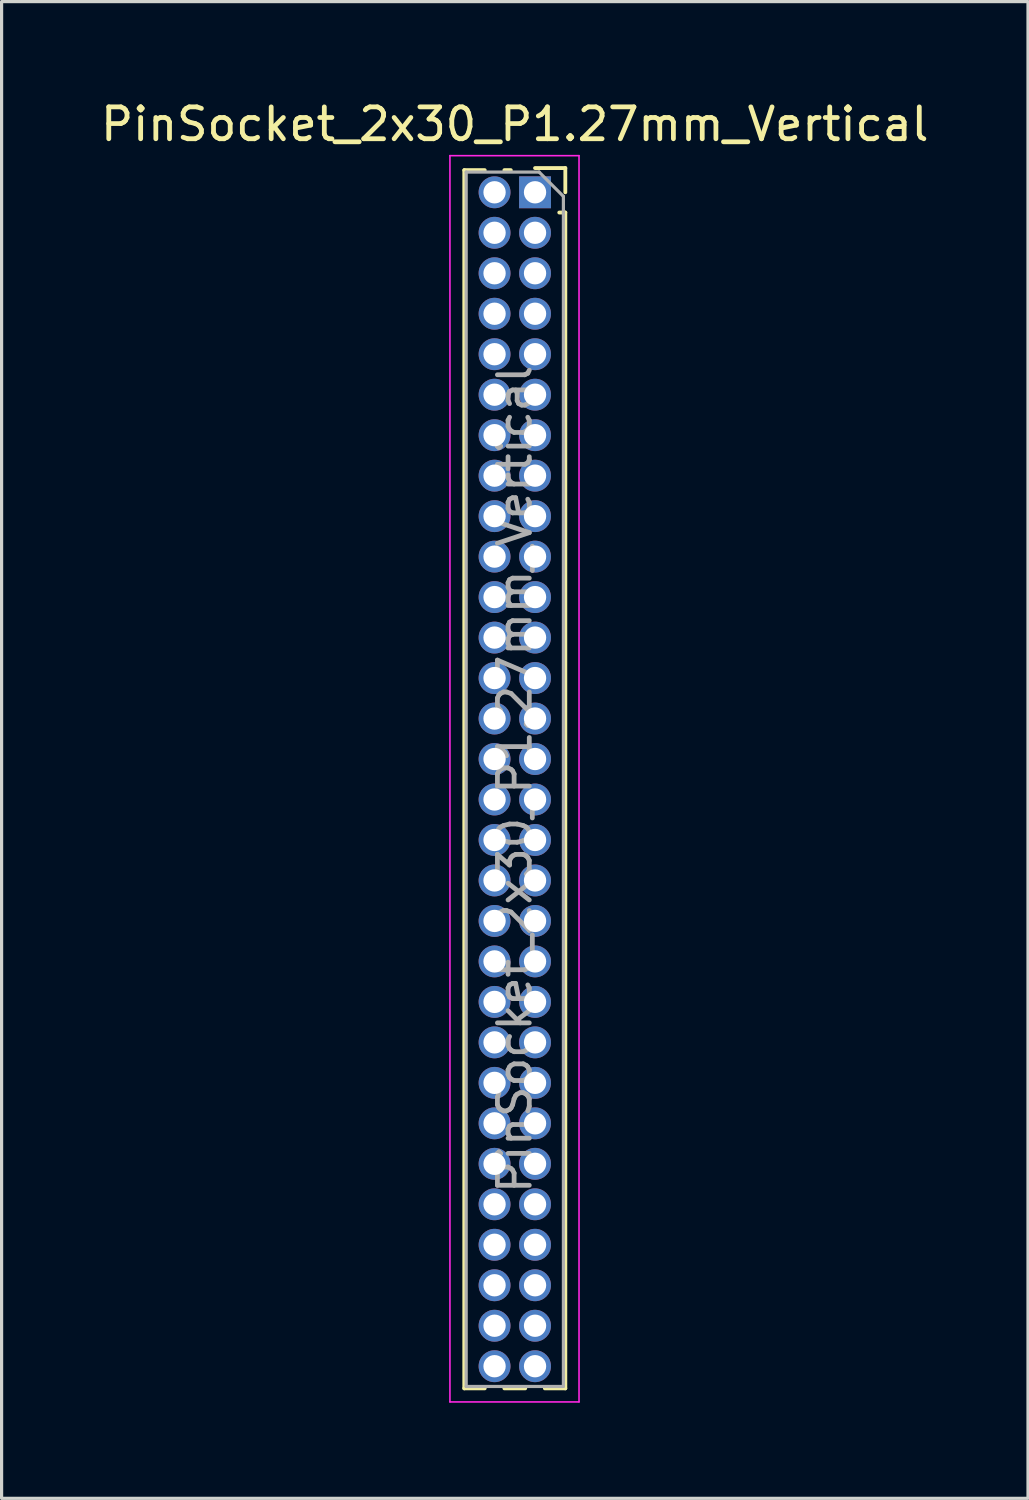
<source format=kicad_pcb>
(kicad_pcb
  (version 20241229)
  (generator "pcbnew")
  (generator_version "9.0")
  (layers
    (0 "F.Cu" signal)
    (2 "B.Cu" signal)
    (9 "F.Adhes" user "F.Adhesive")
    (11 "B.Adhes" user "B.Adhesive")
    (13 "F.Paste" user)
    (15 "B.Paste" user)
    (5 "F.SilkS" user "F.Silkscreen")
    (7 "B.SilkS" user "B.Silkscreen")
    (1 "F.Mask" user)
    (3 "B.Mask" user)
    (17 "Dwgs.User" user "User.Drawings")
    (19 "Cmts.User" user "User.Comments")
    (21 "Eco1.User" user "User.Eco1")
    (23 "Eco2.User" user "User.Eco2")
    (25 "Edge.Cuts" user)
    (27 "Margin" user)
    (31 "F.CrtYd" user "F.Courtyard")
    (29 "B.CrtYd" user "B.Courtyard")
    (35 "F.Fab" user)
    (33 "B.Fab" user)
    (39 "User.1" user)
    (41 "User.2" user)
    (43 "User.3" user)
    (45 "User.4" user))
  (footprint "PinSocket_2x30_P1.27mm_Vertical"
    (layer "F.Cu")
    (at 13.736 2.983)
    (property "Reference" "PinSocket_2x30_P1.27mm_Vertical" (at -0.635 -2.135 0) (layer "F.SilkS") (effects (font (size 1 1) (thickness 0.15))))
    (attr through_hole)
    (fp_line (start -2.22 -0.695) (end -2.22 37.525) (stroke (width 0.12) (type solid)) (layer "F.SilkS"))
    (fp_line (start -2.22 -0.695) (end -1.578 -0.695) (stroke (width 0.12) (type solid)) (layer "F.SilkS"))
    (fp_line (start -2.22 37.525) (end -1.578 37.525) (stroke (width 0.12) (type solid)) (layer "F.SilkS"))
    (fp_line (start -0.962 -0.695) (end -0.76 -0.695) (stroke (width 0.12) (type solid)) (layer "F.SilkS"))
    (fp_line (start -0.962 37.525) (end -0.308 37.525) (stroke (width 0.12) (type solid)) (layer "F.SilkS"))
    (fp_line (start 0 -0.76) (end 0.95 -0.76) (stroke (width 0.12) (type solid)) (layer "F.SilkS"))
    (fp_line (start 0.308 37.525) (end 0.95 37.525) (stroke (width 0.12) (type solid)) (layer "F.SilkS"))
    (fp_line (start 0.76 0.635) (end 0.95 0.635) (stroke (width 0.12) (type solid)) (layer "F.SilkS"))
    (fp_line (start 0.95 -0.76) (end 0.95 0) (stroke (width 0.12) (type solid)) (layer "F.SilkS"))
    (fp_line (start 0.95 0.635) (end 0.95 37.525) (stroke (width 0.12) (type solid)) (layer "F.SilkS"))
    (fp_line (start -2.67 -1.15) (end 1.38 -1.15) (stroke (width 0.05) (type solid)) (layer "F.CrtYd"))
    (fp_line (start -2.67 37.95) (end -2.67 -1.15) (stroke (width 0.05) (type solid)) (layer "F.CrtYd"))
    (fp_line (start 1.38 -1.15) (end 1.38 37.95) (stroke (width 0.05) (type solid)) (layer "F.CrtYd"))
    (fp_line (start 1.38 37.95) (end -2.67 37.95) (stroke (width 0.05) (type solid)) (layer "F.CrtYd"))
    (fp_line (start -2.16 -0.635) (end 0.128 -0.635) (stroke (width 0.1) (type solid)) (layer "F.Fab"))
    (fp_line (start -2.16 37.465) (end -2.16 -0.635) (stroke (width 0.1) (type solid)) (layer "F.Fab"))
    (fp_line (start 0.128 -0.635) (end 0.89 0.128) (stroke (width 0.1) (type solid)) (layer "F.Fab"))
    (fp_line (start 0.89 0.128) (end 0.89 37.465) (stroke (width 0.1) (type solid)) (layer "F.Fab"))
    (fp_line (start 0.89 37.465) (end -2.16 37.465) (stroke (width 0.1) (type solid)) (layer "F.Fab"))
    (fp_text user "${REFERENCE}" (at -0.635 18.415 90) (layer "F.Fab") (effects (font (size 1 1) (thickness 0.15))))
    (pad "1" thru_hole rect (at 0 0) (size 1 1) (drill 0.7) (layers "*.Cu" "*.Mask"))
    (pad "2" thru_hole oval (at -1.27 0) (size 1 1) (drill 0.7) (layers "*.Cu" "*.Mask"))
    (pad "3" thru_hole oval (at 0 1.27) (size 1 1) (drill 0.7) (layers "*.Cu" "*.Mask"))
    (pad "4" thru_hole oval (at -1.27 1.27) (size 1 1) (drill 0.7) (layers "*.Cu" "*.Mask"))
    (pad "5" thru_hole oval (at 0 2.54) (size 1 1) (drill 0.7) (layers "*.Cu" "*.Mask"))
    (pad "6" thru_hole oval (at -1.27 2.54) (size 1 1) (drill 0.7) (layers "*.Cu" "*.Mask"))
    (pad "7" thru_hole oval (at 0 3.81) (size 1 1) (drill 0.7) (layers "*.Cu" "*.Mask"))
    (pad "8" thru_hole oval (at -1.27 3.81) (size 1 1) (drill 0.7) (layers "*.Cu" "*.Mask"))
    (pad "9" thru_hole oval (at 0 5.08) (size 1 1) (drill 0.7) (layers "*.Cu" "*.Mask"))
    (pad "10" thru_hole oval (at -1.27 5.08) (size 1 1) (drill 0.7) (layers "*.Cu" "*.Mask"))
    (pad "11" thru_hole oval (at 0 6.35) (size 1 1) (drill 0.7) (layers "*.Cu" "*.Mask"))
    (pad "12" thru_hole oval (at -1.27 6.35) (size 1 1) (drill 0.7) (layers "*.Cu" "*.Mask"))
    (pad "13" thru_hole oval (at 0 7.62) (size 1 1) (drill 0.7) (layers "*.Cu" "*.Mask"))
    (pad "14" thru_hole oval (at -1.27 7.62) (size 1 1) (drill 0.7) (layers "*.Cu" "*.Mask"))
    (pad "15" thru_hole oval (at 0 8.89) (size 1 1) (drill 0.7) (layers "*.Cu" "*.Mask"))
    (pad "16" thru_hole oval (at -1.27 8.89) (size 1 1) (drill 0.7) (layers "*.Cu" "*.Mask"))
    (pad "17" thru_hole oval (at 0 10.16) (size 1 1) (drill 0.7) (layers "*.Cu" "*.Mask"))
    (pad "18" thru_hole oval (at -1.27 10.16) (size 1 1) (drill 0.7) (layers "*.Cu" "*.Mask"))
    (pad "19" thru_hole oval (at 0 11.43) (size 1 1) (drill 0.7) (layers "*.Cu" "*.Mask"))
    (pad "20" thru_hole oval (at -1.27 11.43) (size 1 1) (drill 0.7) (layers "*.Cu" "*.Mask"))
    (pad "21" thru_hole oval (at 0 12.7) (size 1 1) (drill 0.7) (layers "*.Cu" "*.Mask"))
    (pad "22" thru_hole oval (at -1.27 12.7) (size 1 1) (drill 0.7) (layers "*.Cu" "*.Mask"))
    (pad "23" thru_hole oval (at 0 13.97) (size 1 1) (drill 0.7) (layers "*.Cu" "*.Mask"))
    (pad "24" thru_hole oval (at -1.27 13.97) (size 1 1) (drill 0.7) (layers "*.Cu" "*.Mask"))
    (pad "25" thru_hole oval (at 0 15.24) (size 1 1) (drill 0.7) (layers "*.Cu" "*.Mask"))
    (pad "26" thru_hole oval (at -1.27 15.24) (size 1 1) (drill 0.7) (layers "*.Cu" "*.Mask"))
    (pad "27" thru_hole oval (at 0 16.51) (size 1 1) (drill 0.7) (layers "*.Cu" "*.Mask"))
    (pad "28" thru_hole oval (at -1.27 16.51) (size 1 1) (drill 0.7) (layers "*.Cu" "*.Mask"))
    (pad "29" thru_hole oval (at 0 17.78) (size 1 1) (drill 0.7) (layers "*.Cu" "*.Mask"))
    (pad "30" thru_hole oval (at -1.27 17.78) (size 1 1) (drill 0.7) (layers "*.Cu" "*.Mask"))
    (pad "31" thru_hole oval (at 0 19.05) (size 1 1) (drill 0.7) (layers "*.Cu" "*.Mask"))
    (pad "32" thru_hole oval (at -1.27 19.05) (size 1 1) (drill 0.7) (layers "*.Cu" "*.Mask"))
    (pad "33" thru_hole oval (at 0 20.32) (size 1 1) (drill 0.7) (layers "*.Cu" "*.Mask"))
    (pad "34" thru_hole oval (at -1.27 20.32) (size 1 1) (drill 0.7) (layers "*.Cu" "*.Mask"))
    (pad "35" thru_hole oval (at 0 21.59) (size 1 1) (drill 0.7) (layers "*.Cu" "*.Mask"))
    (pad "36" thru_hole oval (at -1.27 21.59) (size 1 1) (drill 0.7) (layers "*.Cu" "*.Mask"))
    (pad "37" thru_hole oval (at 0 22.86) (size 1 1) (drill 0.7) (layers "*.Cu" "*.Mask"))
    (pad "38" thru_hole oval (at -1.27 22.86) (size 1 1) (drill 0.7) (layers "*.Cu" "*.Mask"))
    (pad "39" thru_hole oval (at 0 24.13) (size 1 1) (drill 0.7) (layers "*.Cu" "*.Mask"))
    (pad "40" thru_hole oval (at -1.27 24.13) (size 1 1) (drill 0.7) (layers "*.Cu" "*.Mask"))
    (pad "41" thru_hole oval (at 0 25.4) (size 1 1) (drill 0.7) (layers "*.Cu" "*.Mask"))
    (pad "42" thru_hole oval (at -1.27 25.4) (size 1 1) (drill 0.7) (layers "*.Cu" "*.Mask"))
    (pad "43" thru_hole oval (at 0 26.67) (size 1 1) (drill 0.7) (layers "*.Cu" "*.Mask"))
    (pad "44" thru_hole oval (at -1.27 26.67) (size 1 1) (drill 0.7) (layers "*.Cu" "*.Mask"))
    (pad "45" thru_hole oval (at 0 27.94) (size 1 1) (drill 0.7) (layers "*.Cu" "*.Mask"))
    (pad "46" thru_hole oval (at -1.27 27.94) (size 1 1) (drill 0.7) (layers "*.Cu" "*.Mask"))
    (pad "47" thru_hole oval (at 0 29.21) (size 1 1) (drill 0.7) (layers "*.Cu" "*.Mask"))
    (pad "48" thru_hole oval (at -1.27 29.21) (size 1 1) (drill 0.7) (layers "*.Cu" "*.Mask"))
    (pad "49" thru_hole oval (at 0 30.48) (size 1 1) (drill 0.7) (layers "*.Cu" "*.Mask"))
    (pad "50" thru_hole oval (at -1.27 30.48) (size 1 1) (drill 0.7) (layers "*.Cu" "*.Mask"))
    (pad "51" thru_hole oval (at 0 31.75) (size 1 1) (drill 0.7) (layers "*.Cu" "*.Mask"))
    (pad "52" thru_hole oval (at -1.27 31.75) (size 1 1) (drill 0.7) (layers "*.Cu" "*.Mask"))
    (pad "53" thru_hole oval (at 0 33.02) (size 1 1) (drill 0.7) (layers "*.Cu" "*.Mask"))
    (pad "54" thru_hole oval (at -1.27 33.02) (size 1 1) (drill 0.7) (layers "*.Cu" "*.Mask"))
    (pad "55" thru_hole oval (at 0 34.29) (size 1 1) (drill 0.7) (layers "*.Cu" "*.Mask"))
    (pad "56" thru_hole oval (at -1.27 34.29) (size 1 1) (drill 0.7) (layers "*.Cu" "*.Mask"))
    (pad "57" thru_hole oval (at 0 35.56) (size 1 1) (drill 0.7) (layers "*.Cu" "*.Mask"))
    (pad "58" thru_hole oval (at -1.27 35.56) (size 1 1) (drill 0.7) (layers "*.Cu" "*.Mask"))
    (pad "59" thru_hole oval (at 0 36.83) (size 1 1) (drill 0.7) (layers "*.Cu" "*.Mask"))
    (pad "60" thru_hole oval (at -1.27 36.83) (size 1 1) (drill 0.7) (layers "*.Cu" "*.Mask")))
  (gr_rect
    (start -3 -3)
    (end 29.202 43.958)
    (stroke (width 0.1) (type default))
    (fill no)
    (layer "Edge.Cuts")))
</source>
